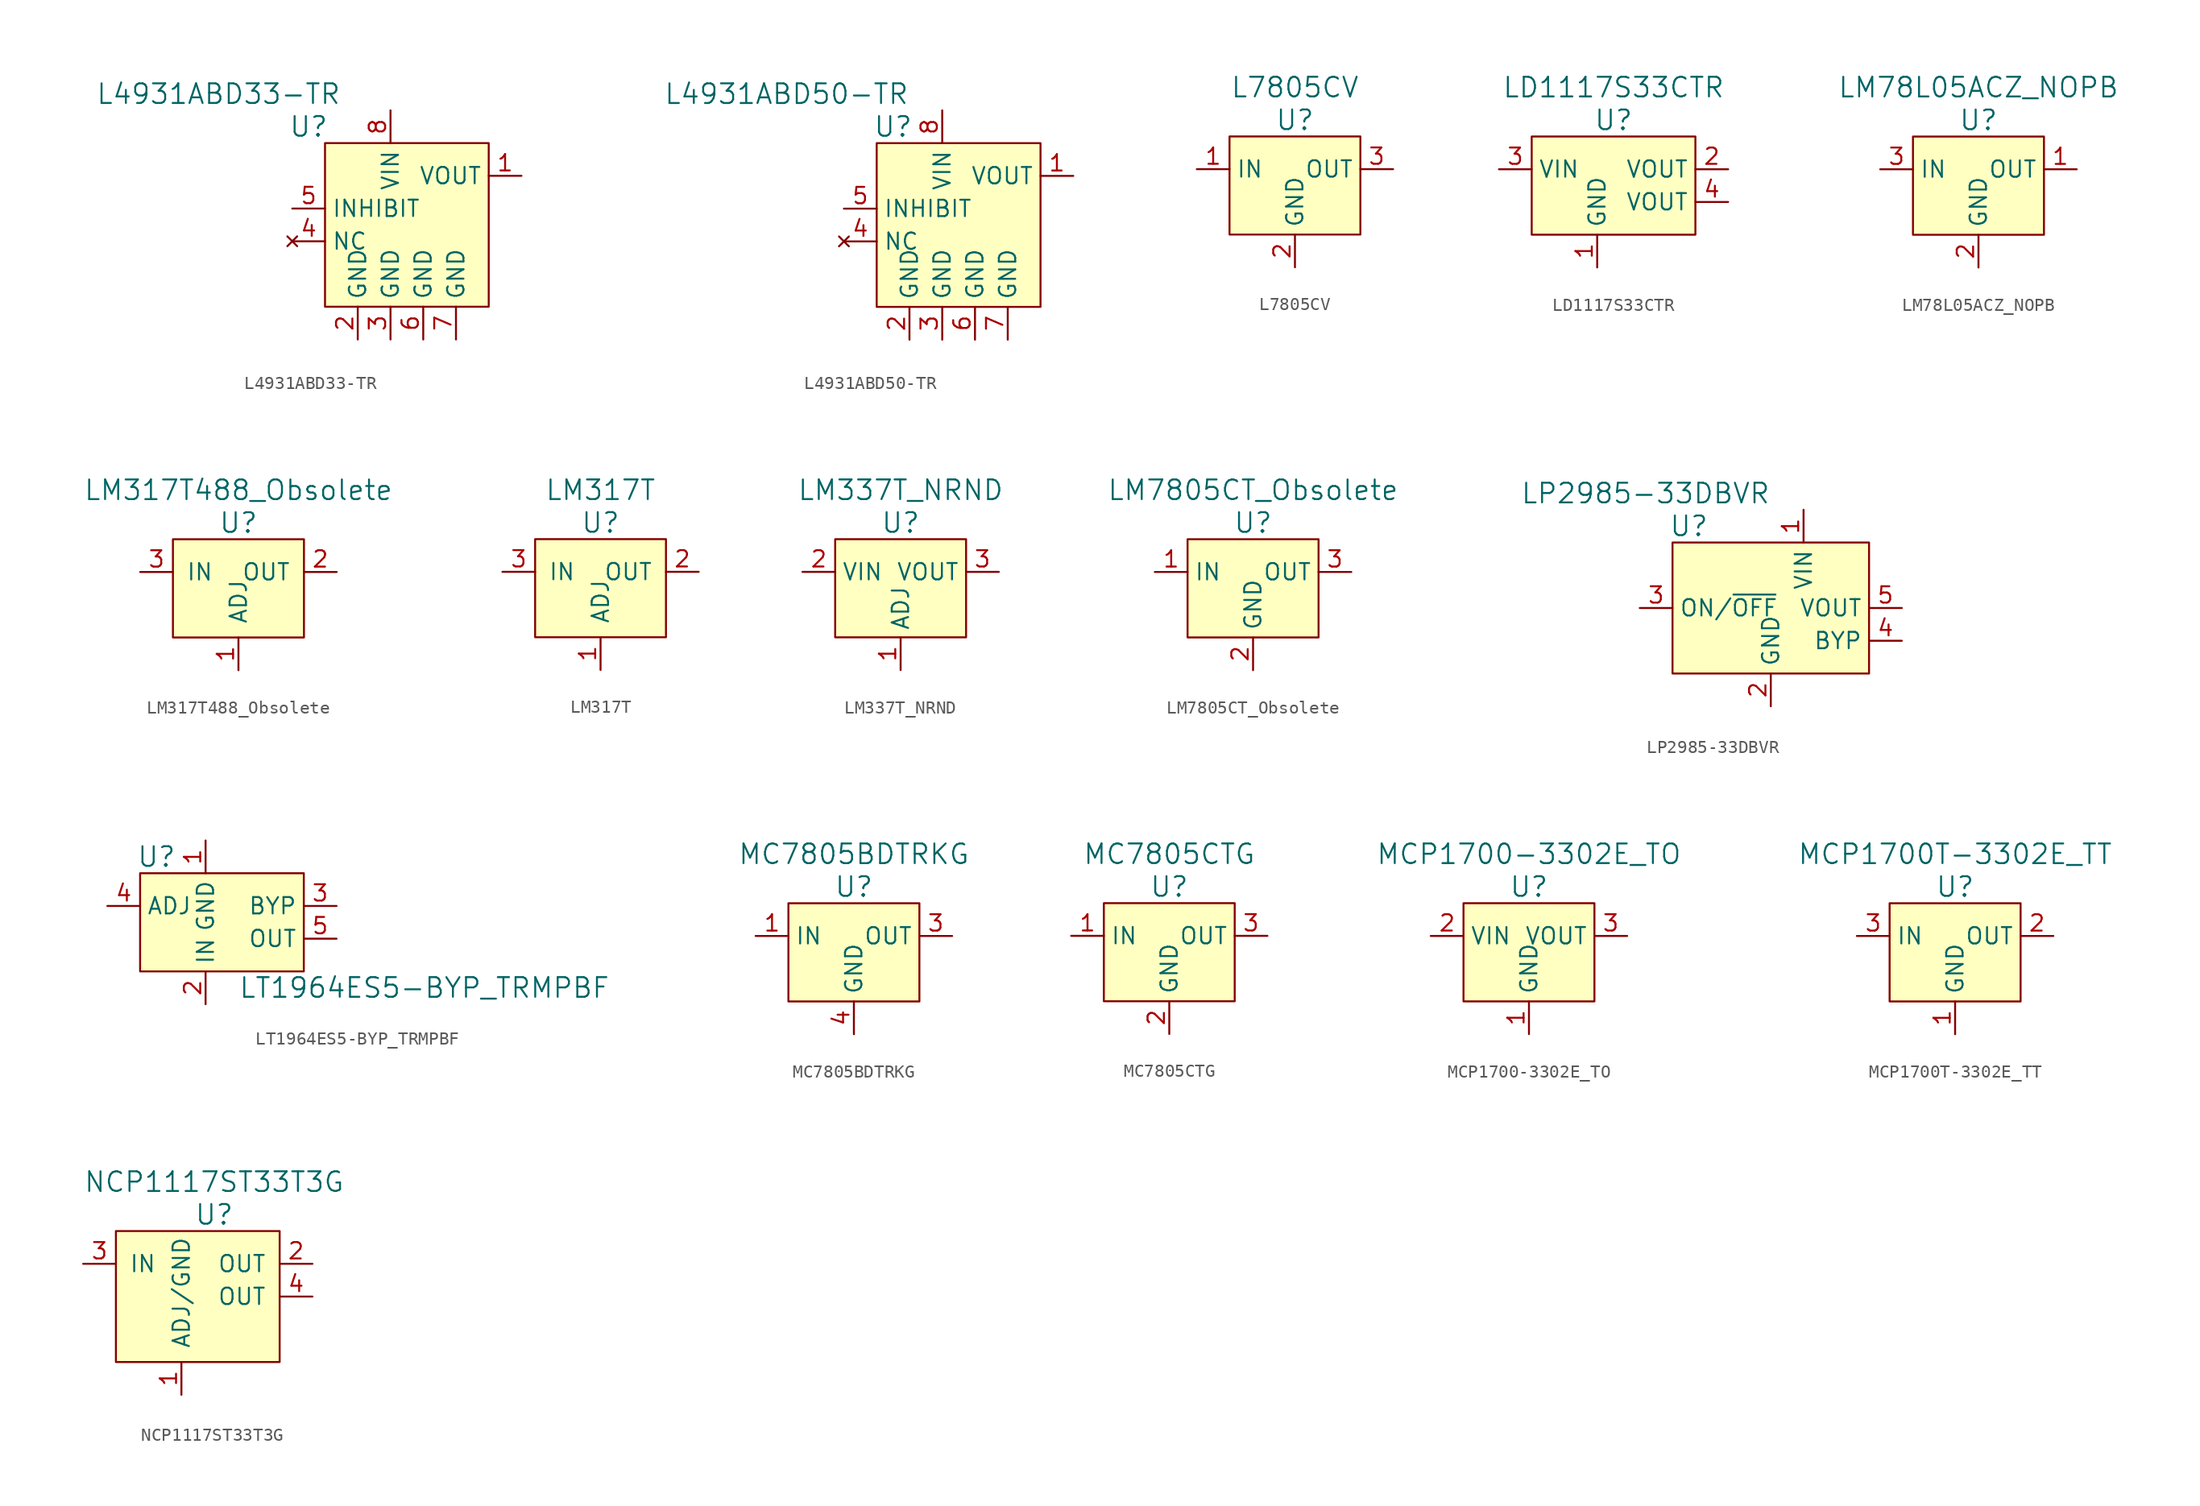
<source format=kicad_sym>
(kicad_symbol_lib
  (version 20220914)
  (generator kicad_symbol_editor)
  (symbol "L4931ABD33-TR"
    (property "Reference" "U"
      (at -6.35 6.35 0)
      (effects (font (size 1.524 1.524))))
    (property "Value" "L4931ABD33-TR"
      (at -3.81 8.89 0)
      (effects (font (size 1.524 1.524)) (justify right)))
    (symbol "L4931ABD33-TR_0_1"
      (rectangle (start -5.08 5.08) (end 7.62 -7.62) (stroke (width 0) (type default)) (fill (type background))))
    (symbol "L4931ABD33-TR_1_1"
      (pin power_out line (at 10.16 2.54 180) (length 2.54) (name "VOUT" (effects (font (size 1.27 1.27)))) (number "1" (effects (font (size 1.27 1.27)))))
      (pin power_in line (at -2.54 -10.16 90) (length 2.54) (name "GND" (effects (font (size 1.27 1.27)))) (number "2" (effects (font (size 1.27 1.27)))))
      (pin power_in line (at 0 -10.16 90) (length 2.54) (name "GND" (effects (font (size 1.27 1.27)))) (number "3" (effects (font (size 1.27 1.27)))))
      (pin no_connect line (at -7.62 -2.54 0) (length 2.54) (name "NC" (effects (font (size 1.27 1.27)))) (number "4" (effects (font (size 1.27 1.27)))))
      (pin input line (at -7.62 0 0) (length 2.54) (name "INHIBIT" (effects (font (size 1.27 1.27)))) (number "5" (effects (font (size 1.27 1.27)))))
      (pin power_in line (at 2.54 -10.16 90) (length 2.54) (name "GND" (effects (font (size 1.27 1.27)))) (number "6" (effects (font (size 1.27 1.27)))))
      (pin power_in line (at 5.08 -10.16 90) (length 2.54) (name "GND" (effects (font (size 1.27 1.27)))) (number "7" (effects (font (size 1.27 1.27)))))
      (pin power_in line (at 0 7.62 270) (length 2.54) (name "VIN" (effects (font (size 1.27 1.27)))) (number "8" (effects (font (size 1.27 1.27)))))))
  (symbol "L4931ABD50-TR"
    (property "Reference" "U"
      (at -6.35 6.35 0)
      (effects (font (size 1.524 1.524))))
    (property "Value" "L4931ABD50-TR"
      (at -5.08 8.89 0)
      (effects (font (size 1.524 1.524)) (justify right)))
    (symbol "L4931ABD50-TR_0_1"
      (rectangle (start -7.62 5.08) (end 5.08 -7.62) (stroke (width 0) (type default)) (fill (type background))))
    (symbol "L4931ABD50-TR_1_1"
      (pin power_out line (at 7.62 2.54 180) (length 2.54) (name "VOUT" (effects (font (size 1.27 1.27)))) (number "1" (effects (font (size 1.27 1.27)))))
      (pin power_in line (at -5.08 -10.16 90) (length 2.54) (name "GND" (effects (font (size 1.27 1.27)))) (number "2" (effects (font (size 1.27 1.27)))))
      (pin power_in line (at -2.54 -10.16 90) (length 2.54) (name "GND" (effects (font (size 1.27 1.27)))) (number "3" (effects (font (size 1.27 1.27)))))
      (pin no_connect line (at -10.16 -2.54 0) (length 2.54) (name "NC" (effects (font (size 1.27 1.27)))) (number "4" (effects (font (size 1.27 1.27)))))
      (pin input line (at -10.16 0 0) (length 2.54) (name "INHIBIT" (effects (font (size 1.27 1.27)))) (number "5" (effects (font (size 1.27 1.27)))))
      (pin power_in line (at 0 -10.16 90) (length 2.54) (name "GND" (effects (font (size 1.27 1.27)))) (number "6" (effects (font (size 1.27 1.27)))))
      (pin power_in line (at 2.54 -10.16 90) (length 2.54) (name "GND" (effects (font (size 1.27 1.27)))) (number "7" (effects (font (size 1.27 1.27)))))
      (pin power_in line (at -2.54 7.62 270) (length 2.54) (name "VIN" (effects (font (size 1.27 1.27)))) (number "8" (effects (font (size 1.27 1.27)))))))
  (symbol "L7805CV"
    (property "Reference" "U"
      (at 0 3.81 0)
      (effects (font (size 1.524 1.524))))
    (property "Value" "L7805CV"
      (at 0 6.35 0)
      (effects (font (size 1.524 1.524))))
    (symbol "L7805CV_1_1"
      (rectangle (start -5.08 2.54) (end 5.08 -5.08) (stroke (width 0) (type default)) (fill (type background)))
      (pin power_in line (at -7.62 0 0) (length 2.54) (name "IN" (effects (font (size 1.27 1.27)))) (number "1" (effects (font (size 1.27 1.27)))))
      (pin power_in line (at 0 -7.62 90) (length 2.54) (name "GND" (effects (font (size 1.27 1.27)))) (number "2" (effects (font (size 1.27 1.27)))))
      (pin power_out line (at 7.62 0 180) (length 2.54) (name "OUT" (effects (font (size 1.27 1.27)))) (number "3" (effects (font (size 1.27 1.27)))))))
  (symbol "LD1117S33CTR"
    (property "Reference" "U"
      (at 1.27 3.81 0)
      (effects (font (size 1.524 1.524))))
    (property "Value" "LD1117S33CTR"
      (at 1.27 6.35 0)
      (effects (font (size 1.524 1.524))))
    (symbol "LD1117S33CTR_1_1"
      (rectangle (start -5.08 2.54) (end 7.62 -5.08) (stroke (width 0) (type default)) (fill (type background)))
      (pin power_in line (at 0 -7.62 90) (length 2.54) (name "GND" (effects (font (size 1.27 1.27)))) (number "1" (effects (font (size 1.27 1.27)))))
      (pin power_out line (at 10.16 0 180) (length 2.54) (name "VOUT" (effects (font (size 1.27 1.27)))) (number "2" (effects (font (size 1.27 1.27)))))
      (pin power_in line (at -7.62 0 0) (length 2.54) (name "VIN" (effects (font (size 1.27 1.27)))) (number "3" (effects (font (size 1.27 1.27)))))
      (pin power_out line (at 10.16 -2.54 180) (length 2.54) (name "VOUT" (effects (font (size 1.27 1.27)))) (number "4" (effects (font (size 1.27 1.27)))))))
  (symbol "LM78L05ACZ_NOPB"
    (property "Reference" "U"
      (at 0 3.81 0)
      (effects (font (size 1.524 1.524))))
    (property "Value" "LM78L05ACZ_NOPB"
      (at 0 6.35 0)
      (effects (font (size 1.524 1.524))))
    (symbol "LM78L05ACZ_NOPB_0_1"
      (rectangle (start -5.08 2.54) (end 5.08 -5.08) (stroke (width 0) (type default)) (fill (type background))))
    (symbol "LM78L05ACZ_NOPB_1_1"
      (pin power_out line (at 7.62 0 180) (length 2.54) (name "OUT" (effects (font (size 1.27 1.27)))) (number "1" (effects (font (size 1.27 1.27)))))
      (pin power_in line (at 0 -7.62 90) (length 2.54) (name "GND" (effects (font (size 1.27 1.27)))) (number "2" (effects (font (size 1.27 1.27)))))
      (pin power_in line (at -7.62 0 0) (length 2.54) (name "IN" (effects (font (size 1.27 1.27)))) (number "3" (effects (font (size 1.27 1.27)))))))
  (symbol "LM317T488_Obsolete"
    (pin_names
      (offset 1.016))
    (property "Reference" "U"
      (at 0 3.81 0)
      (effects (font (size 1.524 1.524))))
    (property "Value" "LM317T488_Obsolete"
      (at 0 6.35 0)
      (effects (font (size 1.524 1.524))))
    (symbol "LM317T488_Obsolete_0_1"
      (rectangle (start -5.08 2.54) (end 5.08 -5.08) (stroke (width 0) (type default)) (fill (type background))))
    (symbol "LM317T488_Obsolete_1_1"
      (pin input line (at 0 -7.62 90) (length 2.54) (name "ADJ" (effects (font (size 1.27 1.27)))) (number "1" (effects (font (size 1.27 1.27)))))
      (pin power_out line (at 7.62 0 180) (length 2.54) (name "OUT" (effects (font (size 1.27 1.27)))) (number "2" (effects (font (size 1.27 1.27)))))
      (pin power_in line (at -7.62 0 0) (length 2.54) (name "IN" (effects (font (size 1.27 1.27)))) (number "3" (effects (font (size 1.27 1.27)))))))
  (symbol "LM317T"
    (pin_names
      (offset 1.016))
    (property "Reference" "U"
      (at 0 3.81 0)
      (effects (font (size 1.524 1.524))))
    (property "Value" "LM317T"
      (at 0 6.35 0)
      (effects (font (size 1.524 1.524))))
    (symbol "LM317T_0_1"
      (rectangle (start -5.08 2.54) (end 5.08 -5.08) (stroke (width 0) (type default)) (fill (type background))))
    (symbol "LM317T_1_1"
      (pin input line (at 0 -7.62 90) (length 2.54) (name "ADJ" (effects (font (size 1.27 1.27)))) (number "1" (effects (font (size 1.27 1.27)))))
      (pin power_out line (at 7.62 0 180) (length 2.54) (name "OUT" (effects (font (size 1.27 1.27)))) (number "2" (effects (font (size 1.27 1.27)))))
      (pin power_in line (at -7.62 0 0) (length 2.54) (name "IN" (effects (font (size 1.27 1.27)))) (number "3" (effects (font (size 1.27 1.27)))))))
  (symbol "LM337T_NRND"
    (property "Reference" "U"
      (at 0 3.81 0)
      (effects (font (size 1.524 1.524))))
    (property "Value" "LM337T_NRND"
      (at 0 6.35 0)
      (effects (font (size 1.524 1.524))))
    (symbol "LM337T_NRND_0_1"
      (rectangle (start -5.08 2.54) (end 5.08 -5.08) (stroke (width 0) (type default)) (fill (type background))))
    (symbol "LM337T_NRND_1_1"
      (pin input line (at 0 -7.62 90) (length 2.54) (name "ADJ" (effects (font (size 1.27 1.27)))) (number "1" (effects (font (size 1.27 1.27)))))
      (pin power_in line (at -7.62 0 0) (length 2.54) (name "VIN" (effects (font (size 1.27 1.27)))) (number "2" (effects (font (size 1.27 1.27)))))
      (pin power_out line (at 7.62 0 180) (length 2.54) (name "VOUT" (effects (font (size 1.27 1.27)))) (number "3" (effects (font (size 1.27 1.27)))))))
  (symbol "LM7805CT_Obsolete"
    (property "Reference" "U"
      (at 0 3.81 0)
      (effects (font (size 1.524 1.524))))
    (property "Value" "LM7805CT_Obsolete"
      (at 0 6.35 0)
      (effects (font (size 1.524 1.524))))
    (symbol "LM7805CT_Obsolete_0_1"
      (rectangle (start -5.08 2.54) (end 5.08 -5.08) (stroke (width 0) (type default)) (fill (type background))))
    (symbol "LM7805CT_Obsolete_1_1"
      (pin power_in line (at -7.62 0 0) (length 2.54) (name "IN" (effects (font (size 1.27 1.27)))) (number "1" (effects (font (size 1.27 1.27)))))
      (pin power_in line (at 0 -7.62 90) (length 2.54) (name "GND" (effects (font (size 1.27 1.27)))) (number "2" (effects (font (size 1.27 1.27)))))
      (pin power_out line (at 7.62 0 180) (length 2.54) (name "OUT" (effects (font (size 1.27 1.27)))) (number "3" (effects (font (size 1.27 1.27)))))))
  (symbol "LP2985-33DBVR"
    (property "Reference" "U"
      (at -6.35 6.35 0)
      (effects (font (size 1.524 1.524))))
    (property "Value" "LP2985-33DBVR"
      (at 0 8.89 0)
      (effects (font (size 1.524 1.524)) (justify right)))
    (symbol "LP2985-33DBVR_0_1"
      (rectangle (start -7.62 5.08) (end 7.62 -5.08) (stroke (width 0) (type default)) (fill (type background))))
    (symbol "LP2985-33DBVR_1_1"
      (pin power_in line (at 2.54 7.62 270) (length 2.54) (name "VIN" (effects (font (size 1.27 1.27)))) (number "1" (effects (font (size 1.27 1.27)))))
      (pin power_in line (at 0 -7.62 90) (length 2.54) (name "GND" (effects (font (size 1.27 1.27)))) (number "2" (effects (font (size 1.27 1.27)))))
      (pin input line (at -10.16 0 0) (length 2.54) (name "ON/~{OFF}" (effects (font (size 1.27 1.27)))) (number "3" (effects (font (size 1.27 1.27)))))
      (pin passive line (at 10.16 -2.54 180) (length 2.54) (name "BYP" (effects (font (size 1.27 1.27)))) (number "4" (effects (font (size 1.27 1.27)))))
      (pin power_out line (at 10.16 0 180) (length 2.54) (name "VOUT" (effects (font (size 1.27 1.27)))) (number "5" (effects (font (size 1.27 1.27)))))))
  (symbol "LT1964ES5-BYP_TRMPBF"
    (property "Reference" "U"
      (at -3.81 3.81 0)
      (effects (font (size 1.524 1.524))))
    (property "Value" "LT1964ES5-BYP_TRMPBF"
      (at 2.54 -6.35 0)
      (effects (font (size 1.524 1.524)) (justify left)))
    (symbol "LT1964ES5-BYP_TRMPBF_0_1"
      (rectangle (start -5.08 2.54) (end 7.62 -5.08) (stroke (width 0) (type default)) (fill (type background))))
    (symbol "LT1964ES5-BYP_TRMPBF_1_1"
      (pin power_in line (at 0 5.08 270) (length 2.54) (name "GND" (effects (font (size 1.27 1.27)))) (number "1" (effects (font (size 1.27 1.27)))))
      (pin power_in line (at 0 -7.62 90) (length 2.54) (name "IN" (effects (font (size 1.27 1.27)))) (number "2" (effects (font (size 1.27 1.27)))))
      (pin passive line (at 10.16 0 180) (length 2.54) (name "BYP" (effects (font (size 1.27 1.27)))) (number "3" (effects (font (size 1.27 1.27)))))
      (pin input line (at -7.62 0 0) (length 2.54) (name "ADJ" (effects (font (size 1.27 1.27)))) (number "4" (effects (font (size 1.27 1.27)))))
      (pin output line (at 10.16 -2.54 180) (length 2.54) (name "OUT" (effects (font (size 1.27 1.27)))) (number "5" (effects (font (size 1.27 1.27)))))))
  (symbol "MC7805BDTRKG"
    (property "Reference" "U"
      (at 0 3.81 0)
      (effects (font (size 1.524 1.524))))
    (property "Value" "MC7805BDTRKG"
      (at 0 6.35 0)
      (effects (font (size 1.524 1.524))))
    (symbol "MC7805BDTRKG_0_1"
      (rectangle (start -5.08 2.54) (end 5.08 -5.08) (stroke (width 0) (type default)) (fill (type background))))
    (symbol "MC7805BDTRKG_1_1"
      (pin input line (at -7.62 0 0) (length 2.54) (name "IN" (effects (font (size 1.27 1.27)))) (number "1" (effects (font (size 1.27 1.27)))))
      (pin output line (at 7.62 0 180) (length 2.54) (name "OUT" (effects (font (size 1.27 1.27)))) (number "3" (effects (font (size 1.27 1.27)))))
      (pin power_in line (at 0 -7.62 90) (length 2.54) (name "GND" (effects (font (size 1.27 1.27)))) (number "4" (effects (font (size 1.27 1.27)))))))
  (symbol "MC7805CTG"
    (property "Reference" "U"
      (at 0 3.81 0)
      (effects (font (size 1.524 1.524))))
    (property "Value" "MC7805CTG"
      (at 0 6.35 0)
      (effects (font (size 1.524 1.524))))
    (symbol "MC7805CTG_0_1"
      (rectangle (start -5.08 2.54) (end 5.08 -5.08) (stroke (width 0) (type default)) (fill (type background))))
    (symbol "MC7805CTG_1_1"
      (pin power_in line (at -7.62 0 0) (length 2.54) (name "IN" (effects (font (size 1.27 1.27)))) (number "1" (effects (font (size 1.27 1.27)))))
      (pin power_in line (at 0 -7.62 90) (length 2.54) (name "GND" (effects (font (size 1.27 1.27)))) (number "2" (effects (font (size 1.27 1.27)))))
      (pin power_out line (at 7.62 0 180) (length 2.54) (name "OUT" (effects (font (size 1.27 1.27)))) (number "3" (effects (font (size 1.27 1.27)))))))
  (symbol "MCP1700-3302E_TO"
    (property "Reference" "U"
      (at 0 3.81 0)
      (effects (font (size 1.524 1.524))))
    (property "Value" "MCP1700-3302E_TO"
      (at 0 6.35 0)
      (effects (font (size 1.524 1.524))))
    (symbol "MCP1700-3302E_TO_0_1"
      (rectangle (start -5.08 2.54) (end 5.08 -5.08) (stroke (width 0) (type default)) (fill (type background))))
    (symbol "MCP1700-3302E_TO_1_1"
      (pin power_in line (at 0 -7.62 90) (length 2.54) (name "GND" (effects (font (size 1.27 1.27)))) (number "1" (effects (font (size 1.27 1.27)))))
      (pin power_in line (at -7.62 0 0) (length 2.54) (name "VIN" (effects (font (size 1.27 1.27)))) (number "2" (effects (font (size 1.27 1.27)))))
      (pin power_out line (at 7.62 0 180) (length 2.54) (name "VOUT" (effects (font (size 1.27 1.27)))) (number "3" (effects (font (size 1.27 1.27)))))))
  (symbol "MCP1700T-3302E_TT"
    (property "Reference" "U"
      (at 0 3.81 0)
      (effects (font (size 1.524 1.524))))
    (property "Value" "MCP1700T-3302E_TT"
      (at 0 6.35 0)
      (effects (font (size 1.524 1.524))))
    (symbol "MCP1700T-3302E_TT_0_1"
      (rectangle (start -5.08 2.54) (end 5.08 -5.08) (stroke (width 0) (type default)) (fill (type background))))
    (symbol "MCP1700T-3302E_TT_1_1"
      (pin power_in line (at 0 -7.62 90) (length 2.54) (name "GND" (effects (font (size 1.27 1.27)))) (number "1" (effects (font (size 1.27 1.27)))))
      (pin power_out line (at 7.62 0 180) (length 2.54) (name "OUT" (effects (font (size 1.27 1.27)))) (number "2" (effects (font (size 1.27 1.27)))))
      (pin power_in line (at -7.62 0 0) (length 2.54) (name "IN" (effects (font (size 1.27 1.27)))) (number "3" (effects (font (size 1.27 1.27)))))))
  (symbol "NCP1117ST33T3G"
    (pin_names
      (offset 1.016))
    (property "Reference" "U"
      (at 2.54 3.81 0)
      (effects (font (size 1.524 1.524))))
    (property "Value" "NCP1117ST33T3G"
      (at 2.54 6.35 0)
      (effects (font (size 1.524 1.524))))
    (symbol "NCP1117ST33T3G_0_1"
      (rectangle (start -5.08 2.54) (end 7.62 -7.62) (stroke (width 0) (type default)) (fill (type background))))
    (symbol "NCP1117ST33T3G_1_1"
      (pin power_in line (at 0 -10.16 90) (length 2.54) (name "ADJ/GND" (effects (font (size 1.27 1.27)))) (number "1" (effects (font (size 1.27 1.27)))))
      (pin power_out line (at 10.16 0 180) (length 2.54) (name "OUT" (effects (font (size 1.27 1.27)))) (number "2" (effects (font (size 1.27 1.27)))))
      (pin power_in line (at -7.62 0 0) (length 2.54) (name "IN" (effects (font (size 1.27 1.27)))) (number "3" (effects (font (size 1.27 1.27)))))
      (pin power_out line (at 10.16 -2.54 180) (length 2.54) (name "OUT" (effects (font (size 1.27 1.27)))) (number "4" (effects (font (size 1.27 1.27))))))))
</source>
